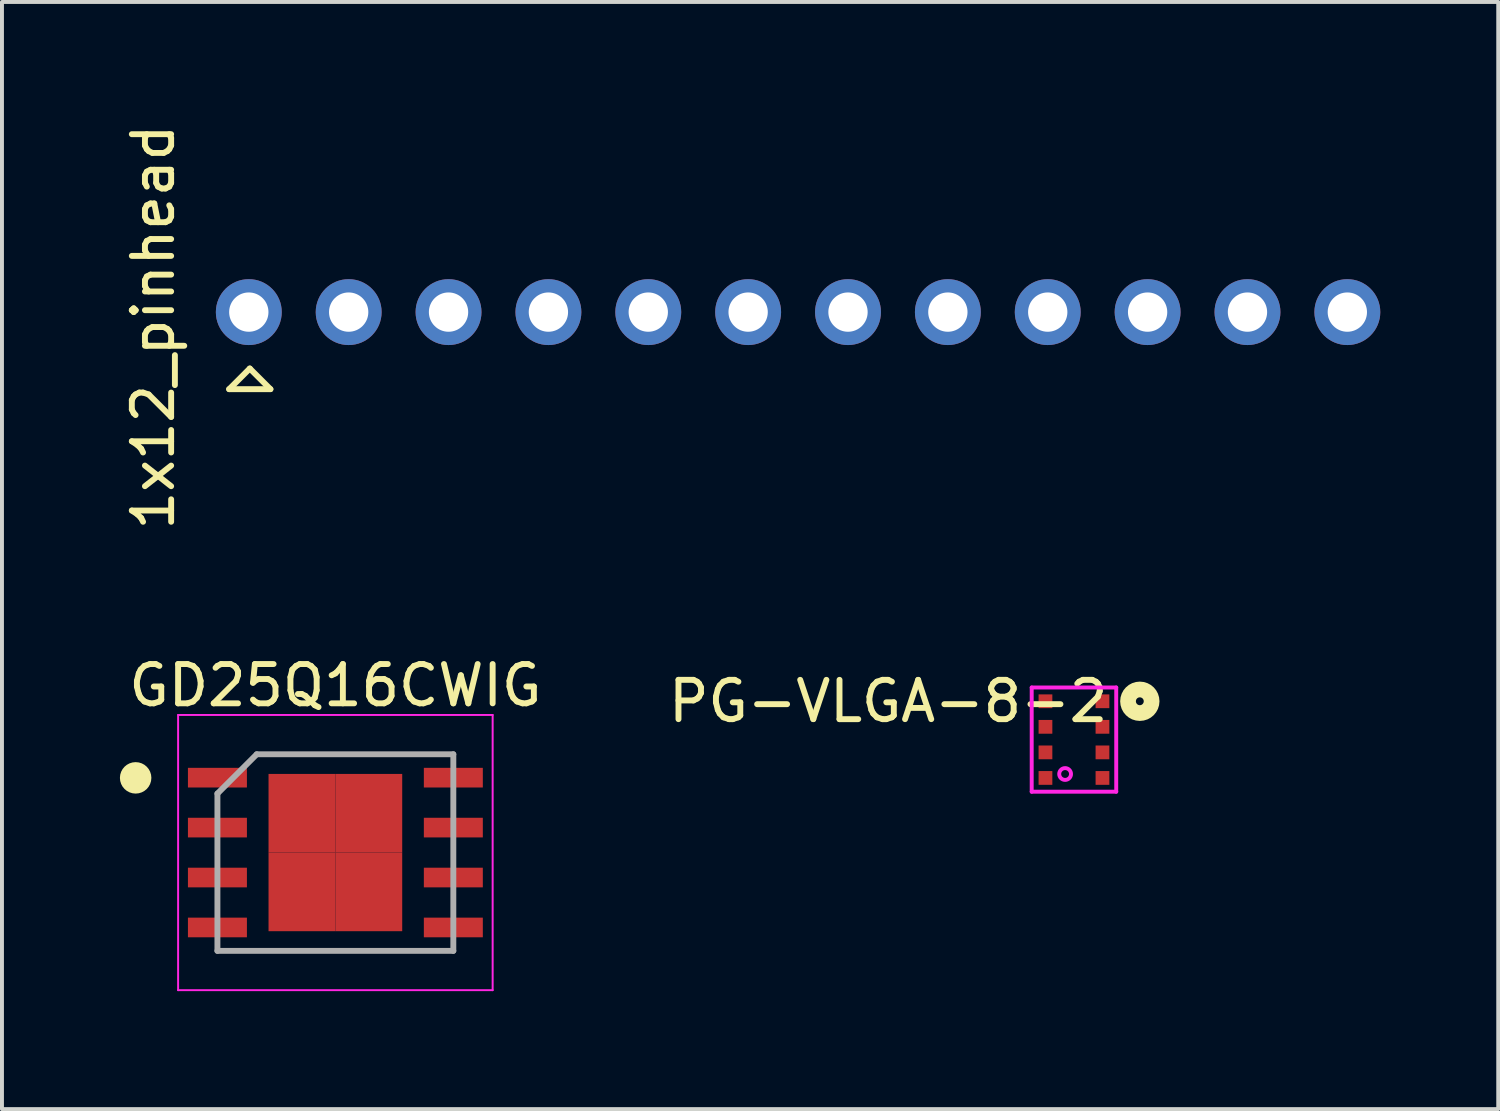
<source format=kicad_pcb>
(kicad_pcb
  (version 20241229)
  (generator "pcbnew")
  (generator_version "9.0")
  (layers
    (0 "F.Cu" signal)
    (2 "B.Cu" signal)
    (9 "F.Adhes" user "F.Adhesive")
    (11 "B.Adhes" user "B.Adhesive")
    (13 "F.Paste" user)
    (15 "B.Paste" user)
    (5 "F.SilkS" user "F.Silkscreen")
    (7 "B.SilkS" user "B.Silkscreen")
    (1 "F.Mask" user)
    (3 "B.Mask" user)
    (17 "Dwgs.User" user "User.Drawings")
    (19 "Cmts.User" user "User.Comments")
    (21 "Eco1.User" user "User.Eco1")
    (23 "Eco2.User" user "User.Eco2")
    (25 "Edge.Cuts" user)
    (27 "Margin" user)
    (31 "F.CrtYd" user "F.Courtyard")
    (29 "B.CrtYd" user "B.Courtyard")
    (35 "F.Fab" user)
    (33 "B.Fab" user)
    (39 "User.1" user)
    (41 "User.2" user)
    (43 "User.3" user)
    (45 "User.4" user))
  (footprint "PG-VLGA-8-2"
    (layer "F.Cu")
    (at 23.04 13.786)
    (property "Reference" "PG-VLGA-8-2" (at -3.5 1 0) (layer "F.SilkS") (effects (font (size 1 1) (thickness 0.15))))
    (attr through_hole)
    (fp_circle (center 2.9 1) (end 3 1) (stroke (width 0.4) (type solid)) (fill no) (layer "F.SilkS"))
    (fp_line (start 0.15 0.65) (end 2.3 0.65) (stroke (width 0.1) (type solid)) (layer "F.CrtYd"))
    (fp_line (start 0.15 3.3) (end 0.15 0.65) (stroke (width 0.1) (type solid)) (layer "F.CrtYd"))
    (fp_line (start 2.3 0.65) (end 2.3 3.3) (stroke (width 0.1) (type solid)) (layer "F.CrtYd"))
    (fp_line (start 2.3 3.3) (end 0.15 3.3) (stroke (width 0.1) (type solid)) (layer "F.CrtYd"))
    (fp_circle (center 1 2.85) (end 1.15 2.85) (stroke (width 0.1) (type solid)) (fill no) (layer "F.CrtYd"))
    (pad "1" smd rect (at 1.95 1) (size 0.35 0.35) (layers "F.Cu" "F.Mask" "F.Paste"))
    (pad "2" smd rect (at 1.95 1.65) (size 0.35 0.35) (layers "F.Cu" "F.Mask" "F.Paste"))
    (pad "3" smd rect (at 1.95 2.3) (size 0.35 0.35) (layers "F.Cu" "F.Mask" "F.Paste"))
    (pad "4" smd rect (at 1.95 2.95) (size 0.35 0.35) (layers "F.Cu" "F.Mask" "F.Paste"))
    (pad "5" smd rect (at 0.5 2.95) (size 0.35 0.35) (layers "F.Cu" "F.Mask" "F.Paste"))
    (pad "6" smd rect (at 0.5 2.3) (size 0.35 0.35) (layers "F.Cu" "F.Mask" "F.Paste"))
    (pad "7" smd rect (at 0.5 1.65) (size 0.35 0.35) (layers "F.Cu" "F.Mask" "F.Paste"))
    (pad "8" smd rect (at 0.5 1) (size 0.35 0.35) (layers "F.Cu" "F.Mask" "F.Paste")))
  (footprint "1x12_pinhead"
    (layer "F.Cu")
    (at 3.188 2.268)
    (property "Reference" "1x12_pinhead" (at -2.34 3 90) (layer "F.SilkS") (effects (font (size 1 1) (thickness 0.15))))
    (attr through_hole)
    (fp_line (start -0.41 4.58) (end 0.64 4.58) (stroke (width 0.15) (type solid)) (layer "F.SilkS"))
    (fp_line (start 0.115 4.055) (end -0.41 4.58) (stroke (width 0.15) (type solid)) (layer "F.SilkS"))
    (fp_line (start 0.64 4.58) (end 0.115 4.055) (stroke (width 0.15) (type solid)) (layer "F.SilkS"))
    (fp_poly (pts (xy -0.164 2.874) (xy 0.344 2.874) (xy 0.344 2.366) (xy -0.164 2.366)) (stroke (width 0.1) (type solid)) (fill no) (layer "F.Fab"))
    (fp_poly (pts (xy 2.376 2.874) (xy 2.884 2.874) (xy 2.884 2.366) (xy 2.376 2.366)) (stroke (width 0.1) (type solid)) (fill no) (layer "F.Fab"))
    (fp_poly (pts (xy 4.916 2.874) (xy 5.424 2.874) (xy 5.424 2.366) (xy 4.916 2.366)) (stroke (width 0.1) (type solid)) (fill no) (layer "F.Fab"))
    (fp_poly (pts (xy 7.456 2.874) (xy 7.964 2.874) (xy 7.964 2.366) (xy 7.456 2.366)) (stroke (width 0.1) (type solid)) (fill no) (layer "F.Fab"))
    (fp_poly (pts (xy 9.996 2.874) (xy 10.504 2.874) (xy 10.504 2.366) (xy 9.996 2.366)) (stroke (width 0.1) (type solid)) (fill no) (layer "F.Fab"))
    (fp_poly (pts (xy 12.536 2.874) (xy 13.044 2.874) (xy 13.044 2.366) (xy 12.536 2.366)) (stroke (width 0.1) (type solid)) (fill no) (layer "F.Fab"))
    (fp_poly (pts (xy 15.076 2.874) (xy 15.584 2.874) (xy 15.584 2.366) (xy 15.076 2.366)) (stroke (width 0.1) (type solid)) (fill no) (layer "F.Fab"))
    (fp_poly (pts (xy 17.616 2.874) (xy 18.124 2.874) (xy 18.124 2.366) (xy 17.616 2.366)) (stroke (width 0.1) (type solid)) (fill no) (layer "F.Fab"))
    (fp_poly (pts (xy 20.156 2.874) (xy 20.664 2.874) (xy 20.664 2.366) (xy 20.156 2.366)) (stroke (width 0.1) (type solid)) (fill no) (layer "F.Fab"))
    (fp_poly (pts (xy 22.696 2.874) (xy 23.204 2.874) (xy 23.204 2.366) (xy 22.696 2.366)) (stroke (width 0.1) (type solid)) (fill no) (layer "F.Fab"))
    (fp_poly (pts (xy 25.236 2.874) (xy 25.744 2.874) (xy 25.744 2.366) (xy 25.236 2.366)) (stroke (width 0.1) (type solid)) (fill no) (layer "F.Fab"))
    (fp_poly (pts (xy 27.776 2.874) (xy 28.284 2.874) (xy 28.284 2.366) (xy 27.776 2.366)) (stroke (width 0.1) (type solid)) (fill no) (layer "F.Fab"))
    (pad "1" thru_hole circle (at 0.09 2.62 90) (size 1.676 1.676) (drill 1) (layers "*.Cu" "*.Mask"))
    (pad "2" thru_hole circle (at 2.63 2.62 90) (size 1.676 1.676) (drill 1) (layers "*.Cu" "*.Mask"))
    (pad "3" thru_hole circle (at 5.17 2.62 90) (size 1.676 1.676) (drill 1) (layers "*.Cu" "*.Mask"))
    (pad "4" thru_hole circle (at 7.71 2.62 90) (size 1.676 1.676) (drill 1) (layers "*.Cu" "*.Mask"))
    (pad "5" thru_hole circle (at 10.25 2.62 90) (size 1.676 1.676) (drill 1) (layers "*.Cu" "*.Mask"))
    (pad "6" thru_hole circle (at 12.79 2.62 90) (size 1.676 1.676) (drill 1) (layers "*.Cu" "*.Mask"))
    (pad "7" thru_hole circle (at 15.33 2.62 90) (size 1.676 1.676) (drill 1) (layers "*.Cu" "*.Mask"))
    (pad "8" thru_hole circle (at 17.87 2.62 90) (size 1.676 1.676) (drill 1) (layers "*.Cu" "*.Mask"))
    (pad "9" thru_hole circle (at 20.41 2.62 90) (size 1.676 1.676) (drill 1) (layers "*.Cu" "*.Mask"))
    (pad "10" thru_hole circle (at 22.95 2.62 90) (size 1.676 1.676) (drill 1) (layers "*.Cu" "*.Mask"))
    (pad "11" thru_hole circle (at 25.49 2.62 90) (size 1.676 1.676) (drill 1) (layers "*.Cu" "*.Mask"))
    (pad "12" thru_hole circle (at 28.03 2.62 90) (size 1.676 1.676) (drill 1) (layers "*.Cu" "*.Mask")))
  (footprint "GD25Q16CWIG"
    (layer "F.Cu")
    (at 5.48 18.634)
    (property "Reference" "GD25Q16CWIG" (at 0 -4.25 0) (layer "F.SilkS") (effects (font (size 1 1) (thickness 0.15))))
    (attr smd)
    (fp_circle (center -5.08 -1.9) (end -4.88 -1.9) (stroke (width 0.4) (type solid)) (fill no) (layer "F.SilkS"))
    (fp_line (start -4 -3.5) (end 4 -3.5) (stroke (width 0.05) (type solid)) (layer "F.CrtYd"))
    (fp_line (start -4 3.5) (end -4 -3.5) (stroke (width 0.05) (type solid)) (layer "F.CrtYd"))
    (fp_line (start 4 -3.5) (end 4 3.5) (stroke (width 0.05) (type solid)) (layer "F.CrtYd"))
    (fp_line (start 4 3.5) (end -4 3.5) (stroke (width 0.05) (type solid)) (layer "F.CrtYd"))
    (fp_line (start -3 -1.5) (end -3 2.5) (stroke (width 0.15) (type solid)) (layer "F.Fab"))
    (fp_line (start -3 2.5) (end 3 2.5) (stroke (width 0.15) (type solid)) (layer "F.Fab"))
    (fp_line (start -2 -2.5) (end -3 -1.5) (stroke (width 0.15) (type solid)) (layer "F.Fab"))
    (fp_line (start 3 -2.5) (end -2 -2.5) (stroke (width 0.15) (type solid)) (layer "F.Fab"))
    (fp_line (start 3 2.5) (end 3 -2.5) (stroke (width 0.15) (type solid)) (layer "F.Fab"))
    (pad "1" smd rect (at -3 -1.905 90) (size 0.5 1.5) (layers "F.Cu" "F.Mask" "F.Paste"))
    (pad "2" smd rect (at -3 -0.635 90) (size 0.5 1.5) (layers "F.Cu" "F.Mask" "F.Paste"))
    (pad "3" smd rect (at -3 0.635 90) (size 0.5 1.5) (layers "F.Cu" "F.Mask" "F.Paste"))
    (pad "4" smd rect (at -3 1.905 90) (size 0.5 1.5) (layers "F.Cu" "F.Mask" "F.Paste"))
    (pad "5" smd rect (at 3 1.905 90) (size 0.5 1.5) (layers "F.Cu" "F.Mask" "F.Paste"))
    (pad "6" smd rect (at 3 0.635 90) (size 0.5 1.5) (layers "F.Cu" "F.Mask" "F.Paste"))
    (pad "7" smd rect (at 3 -0.635 90) (size 0.5 1.5) (layers "F.Cu" "F.Mask" "F.Paste"))
    (pad "8" smd rect (at 3 -1.905 90) (size 0.5 1.5) (layers "F.Cu" "F.Mask" "F.Paste"))
    (pad "9" smd rect (at -0.85 -1) (size 1.7 2) (layers "F.Cu" "F.Mask" "F.Paste"))
    (pad "9" smd rect (at -0.85 1) (size 1.7 2) (layers "F.Cu" "F.Mask" "F.Paste"))
    (pad "9" smd rect (at 0.85 -1) (size 1.7 2) (layers "F.Cu" "F.Mask" "F.Paste"))
    (pad "9" smd rect (at 0.85 1) (size 1.7 2) (layers "F.Cu" "F.Mask" "F.Paste")))
  (gr_rect
    (start -3 -3)
    (end 35.056 25.159)
    (stroke (width 0.1) (type default))
    (fill no)
    (layer "Edge.Cuts")))
</source>
